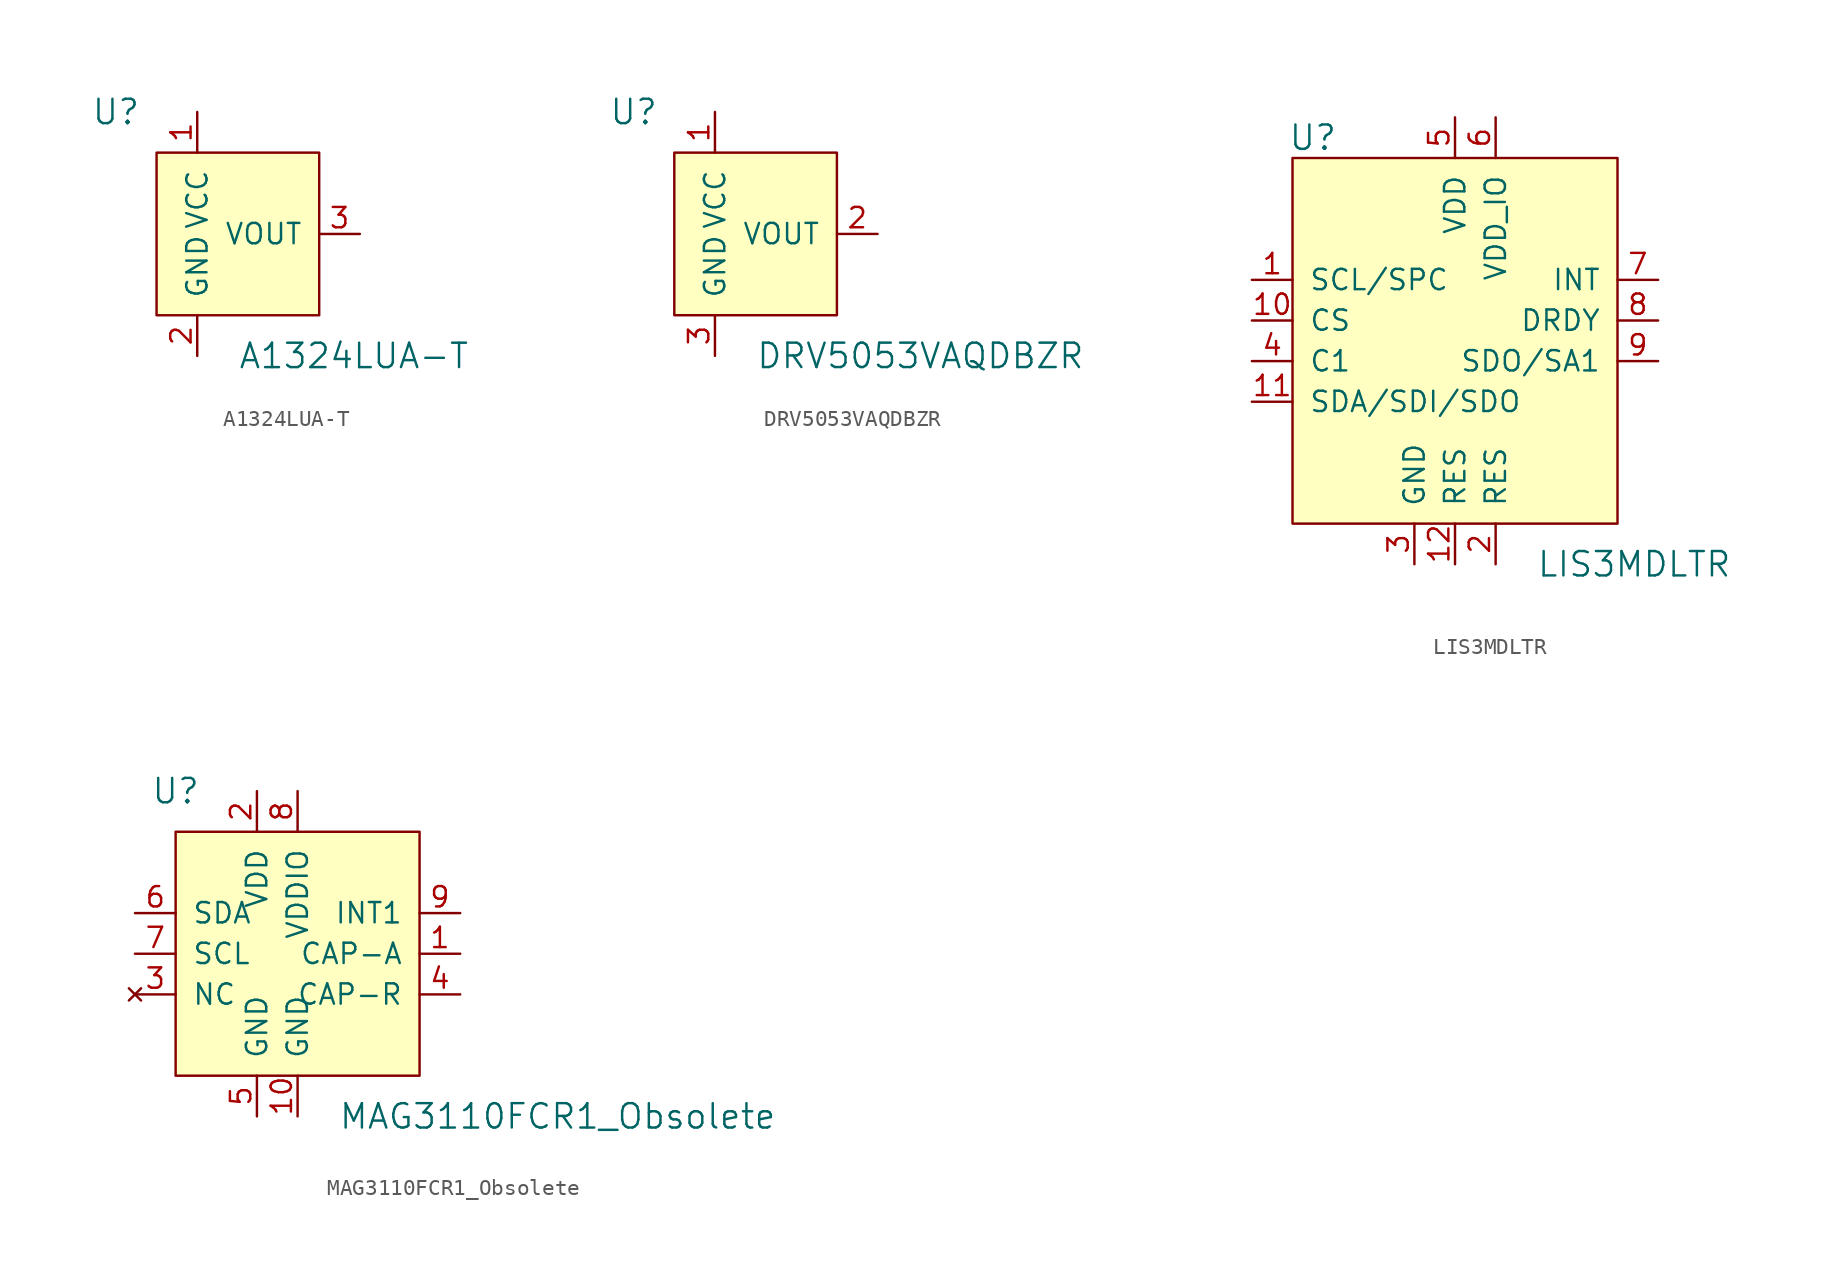
<source format=kicad_sym>
(kicad_symbol_lib
  (version 20231120)
  (generator "kicad_symbol_editor")
  (generator_version "8.0")
  (symbol "A1324LUA-T"
    (pin_names
      (offset 1.016))
    (property "Reference" "U"
      (at -5.08 7.62 0)
      (effects (font (size 1.524 1.524))))
    (property "Value" "A1324LUA-T"
      (at 2.54 -7.62 0)
      (effects (font (size 1.524 1.524)) (justify left)))
    (symbol "A1324LUA-T_0_1"
      (rectangle (start 7.62 5.08) (end -2.54 -5.08) (stroke (width 0) (type solid)) (fill (type background))))
    (symbol "A1324LUA-T_1_1"
      (pin power_in line (at 0 7.62 270) (length 2.54) (name "VCC" (effects (font (size 1.27 1.27)))) (number "1" (effects (font (size 1.27 1.27)))))
      (pin power_in line (at 0 -7.62 90) (length 2.54) (name "GND" (effects (font (size 1.27 1.27)))) (number "2" (effects (font (size 1.27 1.27)))))
      (pin output line (at 10.16 0 180) (length 2.54) (name "VOUT" (effects (font (size 1.27 1.27)))) (number "3" (effects (font (size 1.27 1.27)))))))
  (symbol "DRV5053VAQDBZR"
    (pin_names
      (offset 1.016))
    (property "Reference" "U"
      (at -2.54 7.62 0)
      (effects (font (size 1.524 1.524))))
    (property "Value" "DRV5053VAQDBZR"
      (at 5.08 -7.62 0)
      (effects (font (size 1.524 1.524)) (justify left)))
    (symbol "DRV5053VAQDBZR_0_1"
      (rectangle (start 10.16 5.08) (end 0 -5.08) (stroke (width 0) (type solid)) (fill (type background))))
    (symbol "DRV5053VAQDBZR_1_1"
      (pin power_in line (at 2.54 7.62 270) (length 2.54) (name "VCC" (effects (font (size 1.27 1.27)))) (number "1" (effects (font (size 1.27 1.27)))))
      (pin output line (at 12.7 0 180) (length 2.54) (name "VOUT" (effects (font (size 1.27 1.27)))) (number "2" (effects (font (size 1.27 1.27)))))
      (pin power_in line (at 2.54 -7.62 90) (length 2.54) (name "GND" (effects (font (size 1.27 1.27)))) (number "3" (effects (font (size 1.27 1.27)))))))
  (symbol "LIS3MDLTR"
    (pin_names
      (offset 1.016))
    (property "Reference" "U"
      (at -8.89 11.43 0)
      (effects (font (size 1.524 1.524))))
    (property "Value" "LIS3MDLTR"
      (at 5.08 -15.24 0)
      (effects (font (size 1.524 1.524)) (justify left)))
    (symbol "LIS3MDLTR_0_1"
      (rectangle (start -10.16 10.16) (end 10.16 -12.7) (stroke (width 0) (type solid)) (fill (type background))))
    (symbol "LIS3MDLTR_1_1"
      (pin input line (at -12.7 2.54 0) (length 2.54) (name "SCL/SPC" (effects (font (size 1.27 1.27)))) (number "1" (effects (font (size 1.27 1.27)))))
      (pin input line (at -12.7 0 0) (length 2.54) (name "CS" (effects (font (size 1.27 1.27)))) (number "10" (effects (font (size 1.27 1.27)))))
      (pin bidirectional line (at -12.7 -5.08 0) (length 2.54) (name "SDA/SDI/SDO" (effects (font (size 1.27 1.27)))) (number "11" (effects (font (size 1.27 1.27)))))
      (pin power_in line (at 0 -15.24 90) (length 2.54) (name "RES" (effects (font (size 1.27 1.27)))) (number "12" (effects (font (size 1.27 1.27)))))
      (pin power_in line (at 2.54 -15.24 90) (length 2.54) (name "RES" (effects (font (size 1.27 1.27)))) (number "2" (effects (font (size 1.27 1.27)))))
      (pin power_in line (at -2.54 -15.24 90) (length 2.54) (name "GND" (effects (font (size 1.27 1.27)))) (number "3" (effects (font (size 1.27 1.27)))))
      (pin passive line (at -12.7 -2.54 0) (length 2.54) (name "C1" (effects (font (size 1.27 1.27)))) (number "4" (effects (font (size 1.27 1.27)))))
      (pin power_in line (at 0 12.7 270) (length 2.54) (name "VDD" (effects (font (size 1.27 1.27)))) (number "5" (effects (font (size 1.27 1.27)))))
      (pin power_in line (at 2.54 12.7 270) (length 2.54) (name "VDD_IO" (effects (font (size 1.27 1.27)))) (number "6" (effects (font (size 1.27 1.27)))))
      (pin output line (at 12.7 2.54 180) (length 2.54) (name "INT" (effects (font (size 1.27 1.27)))) (number "7" (effects (font (size 1.27 1.27)))))
      (pin output line (at 12.7 0 180) (length 2.54) (name "DRDY" (effects (font (size 1.27 1.27)))) (number "8" (effects (font (size 1.27 1.27)))))
      (pin output line (at 12.7 -2.54 180) (length 2.54) (name "SDO/SA1" (effects (font (size 1.27 1.27)))) (number "9" (effects (font (size 1.27 1.27)))))))
  (symbol "MAG3110FCR1_Obsolete"
    (pin_names
      (offset 1.016))
    (property "Reference" "U"
      (at -7.62 10.16 0)
      (effects (font (size 1.524 1.524))))
    (property "Value" "MAG3110FCR1_Obsolete"
      (at 2.54 -10.16 0)
      (effects (font (size 1.524 1.524)) (justify left)))
    (symbol "MAG3110FCR1_Obsolete_0_1"
      (rectangle (start 7.62 7.62) (end -7.62 -7.62) (stroke (width 0) (type solid)) (fill (type background))))
    (symbol "MAG3110FCR1_Obsolete_1_1"
      (pin passive line (at 10.16 0 180) (length 2.54) (name "CAP-A" (effects (font (size 1.27 1.27)))) (number "1" (effects (font (size 1.27 1.27)))))
      (pin power_in line (at 0 -10.16 90) (length 2.54) (name "GND" (effects (font (size 1.27 1.27)))) (number "10" (effects (font (size 1.27 1.27)))))
      (pin power_in line (at -2.54 10.16 270) (length 2.54) (name "VDD" (effects (font (size 1.27 1.27)))) (number "2" (effects (font (size 1.27 1.27)))))
      (pin no_connect line (at -10.16 -2.54 0) (length 2.54) (name "NC" (effects (font (size 1.27 1.27)))) (number "3" (effects (font (size 1.27 1.27)))))
      (pin passive line (at 10.16 -2.54 180) (length 2.54) (name "CAP-R" (effects (font (size 1.27 1.27)))) (number "4" (effects (font (size 1.27 1.27)))))
      (pin power_in line (at -2.54 -10.16 90) (length 2.54) (name "GND" (effects (font (size 1.27 1.27)))) (number "5" (effects (font (size 1.27 1.27)))))
      (pin bidirectional line (at -10.16 2.54 0) (length 2.54) (name "SDA" (effects (font (size 1.27 1.27)))) (number "6" (effects (font (size 1.27 1.27)))))
      (pin input line (at -10.16 0 0) (length 2.54) (name "SCL" (effects (font (size 1.27 1.27)))) (number "7" (effects (font (size 1.27 1.27)))))
      (pin power_in line (at 0 10.16 270) (length 2.54) (name "VDDIO" (effects (font (size 1.27 1.27)))) (number "8" (effects (font (size 1.27 1.27)))))
      (pin output line (at 10.16 2.54 180) (length 2.54) (name "INT1" (effects (font (size 1.27 1.27)))) (number "9" (effects (font (size 1.27 1.27))))))))
</source>
